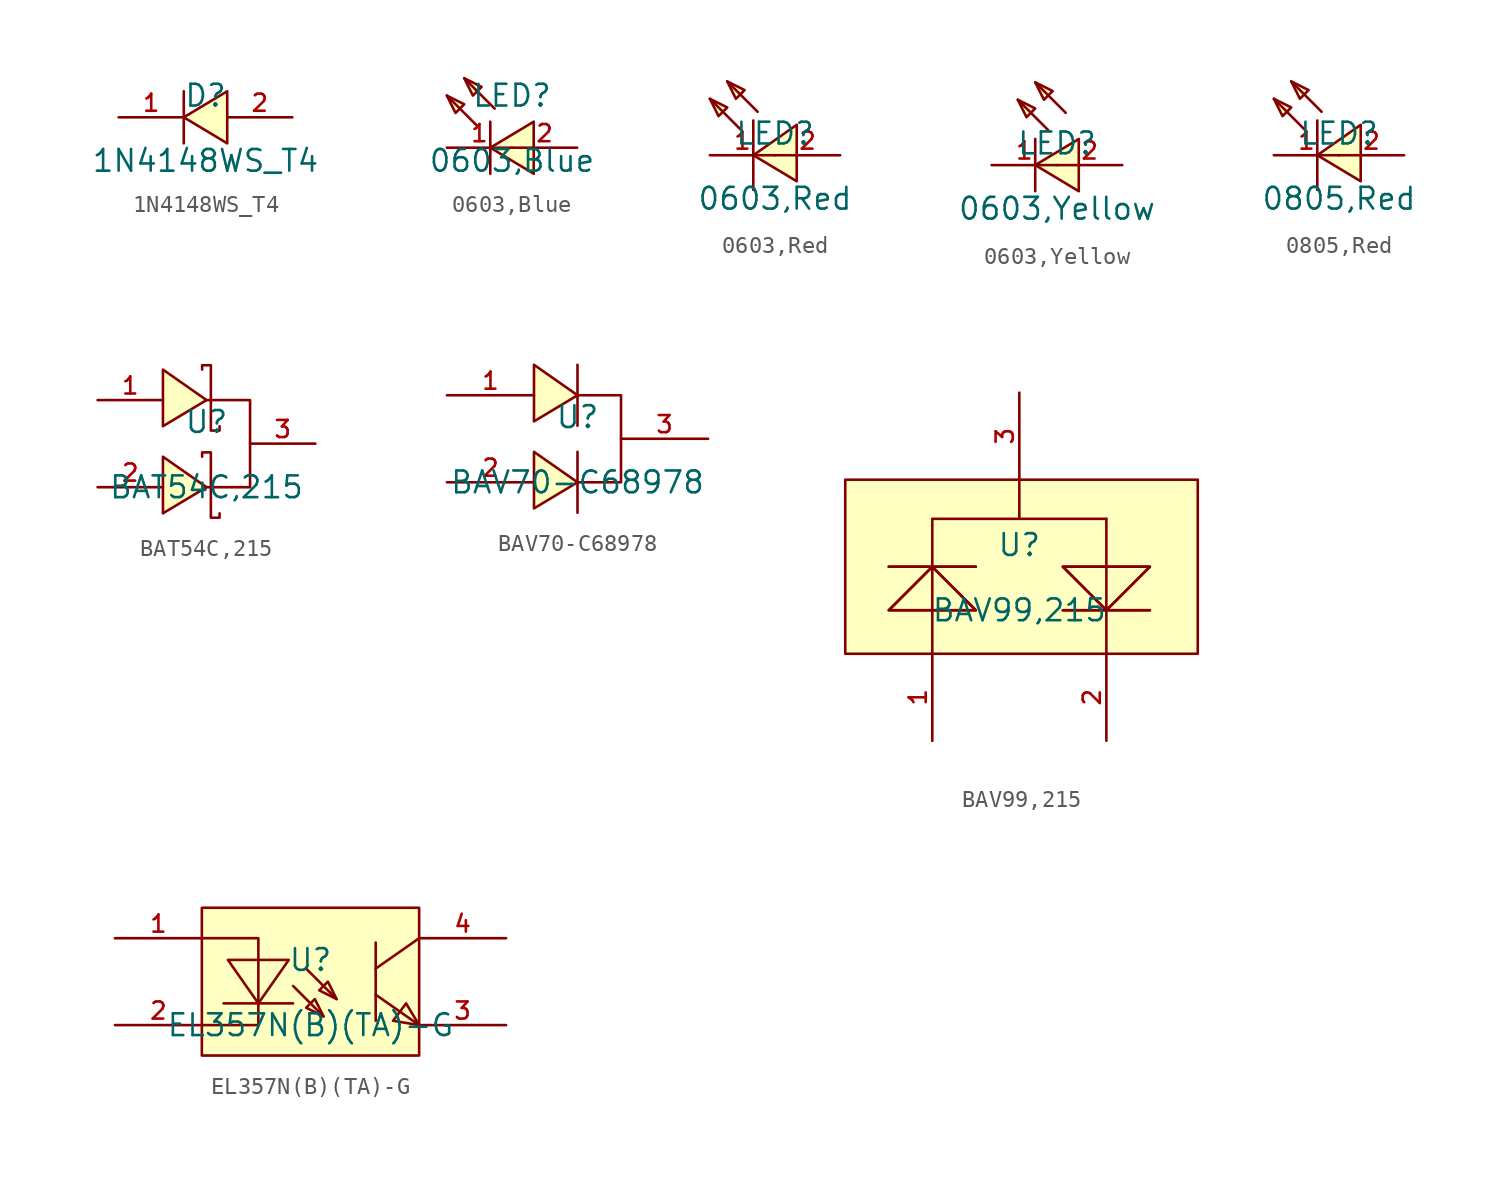
<source format=kicad_sym>
(kicad_symbol_lib
  (version 20231120)
  (generator "kicad_symbol_editor")
  (generator_version "8.0")
  (symbol "1N4148WS_T4"
    (pin_names hide)
    (property "Reference" "D"
      (at 0 1.27 0)
      (effects (font (size 1.27 1.27))))
    (property "Value" "1N4148WS_T4"
      (at 0 -2.54 0)
      (effects (font (size 1.27 1.27))))
    (symbol "1N4148WS_T4_0_1"
      (polyline (pts (xy -1.27 -1.524) (xy -1.27 1.524)) (stroke (width 0) (type default)) (fill (type none)))
      (polyline (pts (xy 1.27 1.524) (xy -1.27 0) (xy 1.27 -1.524) (xy 1.27 1.524)) (stroke (width 0) (type default)) (fill (type background)))
      (pin unspecified line (at -5.08 0 0) (length 3.81) (name "K" (effects (font (size 1 1)))) (number "1" (effects (font (size 1 1)))))
      (pin unspecified line (at 5.08 0 180) (length 3.81) (name "A" (effects (font (size 1 1)))) (number "2" (effects (font (size 1 1)))))))
  (symbol "0603,Blue"
    (pin_names hide)
    (property "Reference" "LED"
      (at 0 3.048 0)
      (effects (font (size 1.27 1.27))))
    (property "Value" "0603,Blue"
      (at 0 -0.762 0)
      (effects (font (size 1.27 1.27))))
    (symbol "0603,Blue_0_1"
      (polyline (pts (xy -2.032 1.27) (xy -3.81 3.048)) (stroke (width 0) (type default)) (fill (type none)))
      (polyline (pts (xy -1.27 -1.524) (xy -1.27 1.524)) (stroke (width 0) (type default)) (fill (type none)))
      (polyline (pts (xy -1.016 2.286) (xy -2.794 4.064)) (stroke (width 0) (type default)) (fill (type none)))
      (polyline (pts (xy -3.81 3.048) (xy -3.302 2.032) (xy -2.794 2.54) (xy -3.81 3.048)) (stroke (width 0) (type default)) (fill (type background)))
      (polyline (pts (xy -2.794 4.064) (xy -2.286 3.048) (xy -1.778 3.556) (xy -2.794 4.064)) (stroke (width 0) (type default)) (fill (type background)))
      (polyline (pts (xy 1.27 1.524) (xy -1.27 0) (xy 1.27 -1.524) (xy 1.27 1.524)) (stroke (width 0) (type default)) (fill (type background)))
      (pin input line (at -3.81 0 0) (length 3.81) (name "C" (effects (font (size 1 1)))) (number "1" (effects (font (size 1 1)))))
      (pin input line (at 3.81 0 180) (length 3.81) (name "A" (effects (font (size 1 1)))) (number "2" (effects (font (size 1 1)))))))
  (symbol "0603,Red"
    (pin_names hide)
    (property "Reference" "LED"
      (at 0 1.27 0)
      (effects (font (size 1.27 1.27))))
    (property "Value" "0603,Red"
      (at 0 -2.54 0)
      (effects (font (size 1.27 1.27))))
    (symbol "0603,Red_0_1"
      (polyline (pts (xy -2.032 1.524) (xy -3.81 3.302)) (stroke (width 0) (type default)) (fill (type none)))
      (polyline (pts (xy -1.27 2.032) (xy -1.27 -2.032)) (stroke (width 0) (type default)) (fill (type none)))
      (polyline (pts (xy -1.016 2.54) (xy -2.794 4.318)) (stroke (width 0) (type default)) (fill (type none)))
      (polyline (pts (xy -3.81 3.302) (xy -2.794 2.794) (xy -3.302 2.286) (xy -3.81 3.302)) (stroke (width 0) (type default)) (fill (type background)))
      (polyline (pts (xy -2.794 4.318) (xy -1.778 3.81) (xy -2.286 3.302) (xy -2.794 4.318)) (stroke (width 0) (type default)) (fill (type background)))
      (polyline (pts (xy 1.27 -1.524) (xy -1.27 0) (xy 1.27 1.778) (xy 1.27 -1.524)) (stroke (width 0) (type default)) (fill (type background)))
      (pin unspecified line (at -3.81 0 0) (length 3.81) (name "K" (effects (font (size 1 1)))) (number "1" (effects (font (size 1 1)))))
      (pin unspecified line (at 3.81 0 180) (length 3.81) (name "A" (effects (font (size 1 1)))) (number "2" (effects (font (size 1 1)))))))
  (symbol "0603,Yellow"
    (pin_names hide)
    (property "Reference" "LED"
      (at 0 1.27 0)
      (effects (font (size 1.27 1.27))))
    (property "Value" "0603,Yellow"
      (at 0 -2.54 0)
      (effects (font (size 1.27 1.27))))
    (symbol "0603,Yellow_0_1"
      (polyline (pts (xy -1.27 1.524) (xy -1.27 -1.524)) (stroke (width 0) (type default)) (fill (type none)))
      (polyline (pts (xy -0.508 2.032) (xy -2.286 3.81)) (stroke (width 0) (type default)) (fill (type none)))
      (polyline (pts (xy 0.508 3.048) (xy -1.27 4.826)) (stroke (width 0) (type default)) (fill (type none)))
      (polyline (pts (xy -2.286 3.81) (xy -1.27 3.302) (xy -1.778 2.794) (xy -2.286 3.81)) (stroke (width 0) (type default)) (fill (type background)))
      (polyline (pts (xy -1.27 4.826) (xy -0.254 4.318) (xy -0.762 3.81) (xy -1.27 4.826)) (stroke (width 0) (type default)) (fill (type background)))
      (polyline (pts (xy 1.27 -1.524) (xy -1.27 0) (xy 1.27 1.524) (xy 1.27 -1.524)) (stroke (width 0) (type default)) (fill (type background)))
      (pin input line (at -3.81 0 0) (length 3.81) (name "C" (effects (font (size 1 1)))) (number "1" (effects (font (size 1 1)))))
      (pin input line (at 3.81 0 180) (length 3.81) (name "A" (effects (font (size 1 1)))) (number "2" (effects (font (size 1 1)))))))
  (symbol "0805,Red"
    (pin_names hide)
    (property "Reference" "LED"
      (at 0 1.27 0)
      (effects (font (size 1.27 1.27))))
    (property "Value" "0805,Red"
      (at 0 -2.54 0)
      (effects (font (size 1.27 1.27))))
    (symbol "0805,Red_0_1"
      (polyline (pts (xy -2.032 1.524) (xy -3.81 3.302)) (stroke (width 0) (type default)) (fill (type none)))
      (polyline (pts (xy -1.27 2.032) (xy -1.27 -2.032)) (stroke (width 0) (type default)) (fill (type none)))
      (polyline (pts (xy -1.016 2.54) (xy -2.794 4.318)) (stroke (width 0) (type default)) (fill (type none)))
      (polyline (pts (xy -3.81 3.302) (xy -2.794 2.794) (xy -3.302 2.286) (xy -3.81 3.302)) (stroke (width 0) (type default)) (fill (type background)))
      (polyline (pts (xy -2.794 4.318) (xy -1.778 3.81) (xy -2.286 3.302) (xy -2.794 4.318)) (stroke (width 0) (type default)) (fill (type background)))
      (polyline (pts (xy 1.27 -1.524) (xy -1.27 0) (xy 1.27 1.778) (xy 1.27 -1.524)) (stroke (width 0) (type default)) (fill (type background)))
      (pin unspecified line (at -3.81 0 0) (length 3.81) (name "-" (effects (font (size 1 1)))) (number "1" (effects (font (size 1 1)))))
      (pin unspecified line (at 3.81 0 180) (length 3.81) (name "+" (effects (font (size 1 1)))) (number "2" (effects (font (size 1 1)))))))
  (symbol "BAT54C,215"
    (pin_names hide)
    (property "Reference" "U"
      (at 0 1.27 0)
      (effects (font (size 1.27 1.27))))
    (property "Value" "BAT54C,215"
      (at 0 -2.54 0)
      (effects (font (size 1.27 1.27))))
    (symbol "BAT54C,215_0_1"
      (polyline (pts (xy -2.54 -4.064) (xy 0 -2.54) (xy -2.54 -0.762) (xy -2.54 -4.064)) (stroke (width 0) (type default)) (fill (type background)))
      (polyline (pts (xy -2.54 1.016) (xy 0 2.54) (xy -2.54 4.318) (xy -2.54 1.016)) (stroke (width 0) (type default)) (fill (type background)))
      (polyline (pts (xy 0 2.54) (xy 2.54 2.54) (xy 2.54 -2.54) (xy 0 -2.54)) (stroke (width 0) (type default)) (fill (type none)))
      (polyline (pts (xy 0.762 -4.064) (xy 0.762 -4.318) (xy 0.254 -4.318) (xy 0.254 -0.508) (xy -0.254 -0.508) (xy -0.254 -0.762)) (stroke (width 0) (type default)) (fill (type none)))
      (polyline (pts (xy 0.762 1.016) (xy 0.762 0.762) (xy 0.254 0.762) (xy 0.254 4.572) (xy -0.254 4.572) (xy -0.254 4.318)) (stroke (width 0) (type default)) (fill (type none)))
      (pin unspecified line (at -6.35 2.54 0) (length 3.81) (name "A" (effects (font (size 1 1)))) (number "1" (effects (font (size 1 1)))))
      (pin unspecified line (at -6.35 -2.54 0) (length 3.81) (name "A" (effects (font (size 1 1)))) (number "2" (effects (font (size 1 1)))))
      (pin unspecified line (at 6.35 0 180) (length 3.81) (name "K" (effects (font (size 1 1)))) (number "3" (effects (font (size 1 1)))))))
  (symbol "BAV70-C68978"
    (pin_names hide)
    (property "Reference" "U"
      (at 0 1.27 0)
      (effects (font (size 1.27 1.27))))
    (property "Value" "BAV70-C68978"
      (at 0 -2.54 0)
      (effects (font (size 1.27 1.27))))
    (symbol "BAV70-C68978_0_1"
      (polyline (pts (xy 0 -4.318) (xy 0 -0.762)) (stroke (width 0) (type default)) (fill (type none)))
      (polyline (pts (xy 0 0.762) (xy 0 4.318)) (stroke (width 0) (type default)) (fill (type none)))
      (polyline (pts (xy -2.54 -4.064) (xy 0 -2.54) (xy -2.54 -0.762) (xy -2.54 -4.064)) (stroke (width 0) (type default)) (fill (type background)))
      (polyline (pts (xy -2.54 1.016) (xy 0 2.54) (xy -2.54 4.318) (xy -2.54 1.016)) (stroke (width 0) (type default)) (fill (type background)))
      (polyline (pts (xy 0 2.54) (xy 2.54 2.54) (xy 2.54 -2.54) (xy 0 -2.54) (xy 0 -2.54)) (stroke (width 0) (type default)) (fill (type none)))
      (pin unspecified line (at -7.62 2.54 0) (length 5.08) (name "1" (effects (font (size 1 1)))) (number "1" (effects (font (size 1 1)))))
      (pin unspecified line (at -7.62 -2.54 0) (length 5.08) (name "2" (effects (font (size 1 1)))) (number "2" (effects (font (size 1 1)))))
      (pin unspecified line (at 7.62 0 180) (length 5.08) (name "3" (effects (font (size 1 1)))) (number "3" (effects (font (size 1 1)))))))
  (symbol "BAV99,215"
    (pin_names hide)
    (property "Reference" "U"
      (at 0 1.27 0)
      (effects (font (size 1.27 1.27))))
    (property "Value" "BAV99,215"
      (at 0 -2.54 0)
      (effects (font (size 1.27 1.27))))
    (symbol "BAV99,215_0_1"
      (rectangle (start -10.16 5.08) (end 10.414 -5.08) (stroke (width 0) (type default)) (fill (type background)))
      (polyline (pts (xy -7.62 0) (xy -2.54 0)) (stroke (width 0) (type default)) (fill (type none)))
      (polyline (pts (xy -7.62 0) (xy -2.54 0)) (stroke (width 0) (type default)) (fill (type none)))
      (polyline (pts (xy 0 5.08) (xy 0 2.794)) (stroke (width 0) (type default)) (fill (type none)))
      (polyline (pts (xy 5.08 2.794) (xy 5.08 -5.08)) (stroke (width 0) (type default)) (fill (type none)))
      (polyline (pts (xy 7.62 -2.54) (xy 2.54 -2.54)) (stroke (width 0) (type default)) (fill (type none)))
      (polyline (pts (xy 7.62 -2.54) (xy 2.54 -2.54)) (stroke (width 0) (type default)) (fill (type none)))
      (polyline (pts (xy -5.08 -5.08) (xy -5.08 2.794) (xy 5.08 2.794)) (stroke (width 0) (type default)) (fill (type none)))
      (polyline (pts (xy -2.54 -2.54) (xy -5.08 0) (xy -7.62 -2.54) (xy -2.54 -2.54)) (stroke (width 0) (type default)) (fill (type background)))
      (polyline (pts (xy -2.54 -2.54) (xy -5.08 0) (xy -7.62 -2.54) (xy -2.54 -2.54)) (stroke (width 0) (type default)) (fill (type background)))
      (polyline (pts (xy 2.54 0) (xy 5.08 -2.54) (xy 7.62 0) (xy 2.54 0)) (stroke (width 0) (type default)) (fill (type background)))
      (polyline (pts (xy 2.54 0) (xy 5.08 -2.54) (xy 7.62 0) (xy 2.54 0)) (stroke (width 0) (type default)) (fill (type background)))
      (pin input line (at -5.08 -10.16 90) (length 5.08) (name "1" (effects (font (size 1 1)))) (number "1" (effects (font (size 1 1)))))
      (pin input line (at 5.08 -10.16 90) (length 5.08) (name "2" (effects (font (size 1 1)))) (number "2" (effects (font (size 1 1)))))
      (pin input line (at 0 10.16 270) (length 5.08) (name "3" (effects (font (size 1 1)))) (number "3" (effects (font (size 1 1)))))))
  (symbol "EL357N(B)(TA)-G"
    (pin_names hide)
    (property "Reference" "U"
      (at 0 1.27 0)
      (effects (font (size 1.27 1.27))))
    (property "Value" "EL357N(B)(TA)-G"
      (at 0 -2.54 0)
      (effects (font (size 1.27 1.27))))
    (symbol "EL357N(B)(TA)-G_0_1"
      (rectangle (start -6.35 4.318) (end 6.35 -4.318) (stroke (width 0) (type default)) (fill (type background)))
      (polyline (pts (xy -1.016 -1.27) (xy -5.08 -1.27)) (stroke (width 0) (type default)) (fill (type none)))
      (polyline (pts (xy -1.016 -0.254) (xy 0.762 -2.032)) (stroke (width 0) (type default)) (fill (type none)))
      (polyline (pts (xy -0.254 0.762) (xy 1.524 -1.016)) (stroke (width 0) (type default)) (fill (type none)))
      (polyline (pts (xy 3.81 -0.762) (xy 6.35 -2.54)) (stroke (width 0) (type default)) (fill (type none)))
      (polyline (pts (xy 3.81 2.286) (xy 3.81 -2.286)) (stroke (width 0) (type default)) (fill (type none)))
      (polyline (pts (xy 6.35 2.54) (xy 3.81 0.762)) (stroke (width 0) (type default)) (fill (type none)))
      (polyline (pts (xy -6.35 2.54) (xy -3.048 2.54) (xy -3.048 -2.54) (xy -6.35 -2.54)) (stroke (width 0) (type default)) (fill (type none)))
      (polyline (pts (xy -4.826 1.27) (xy -3.048 -1.27) (xy -1.27 1.27) (xy -4.826 1.27)) (stroke (width 0) (type default)) (fill (type background)))
      (polyline (pts (xy 0.762 -2.032) (xy 0.254 -1.016) (xy -0.254 -1.524) (xy 0.762 -2.032)) (stroke (width 0) (type default)) (fill (type background)))
      (polyline (pts (xy 1.524 -1.016) (xy 1.016 0) (xy 0.508 -0.508) (xy 1.524 -1.016)) (stroke (width 0) (type default)) (fill (type background)))
      (polyline (pts (xy 6.35 -2.54) (xy 5.588 -1.27) (xy 4.826 -2.286) (xy 6.35 -2.54)) (stroke (width 0) (type default)) (fill (type background)))
      (pin unspecified line (at -11.43 2.54 0) (length 5.08) (name "AN" (effects (font (size 1 1)))) (number "1" (effects (font (size 1 1)))))
      (pin unspecified line (at -11.43 -2.54 0) (length 5.08) (name "CAT" (effects (font (size 1 1)))) (number "2" (effects (font (size 1 1)))))
      (pin unspecified line (at 11.43 -2.54 180) (length 5.08) (name "EM" (effects (font (size 1 1)))) (number "3" (effects (font (size 1 1)))))
      (pin unspecified line (at 11.43 2.54 180) (length 5.08) (name "COL" (effects (font (size 1 1)))) (number "4" (effects (font (size 1 1))))))))
</source>
